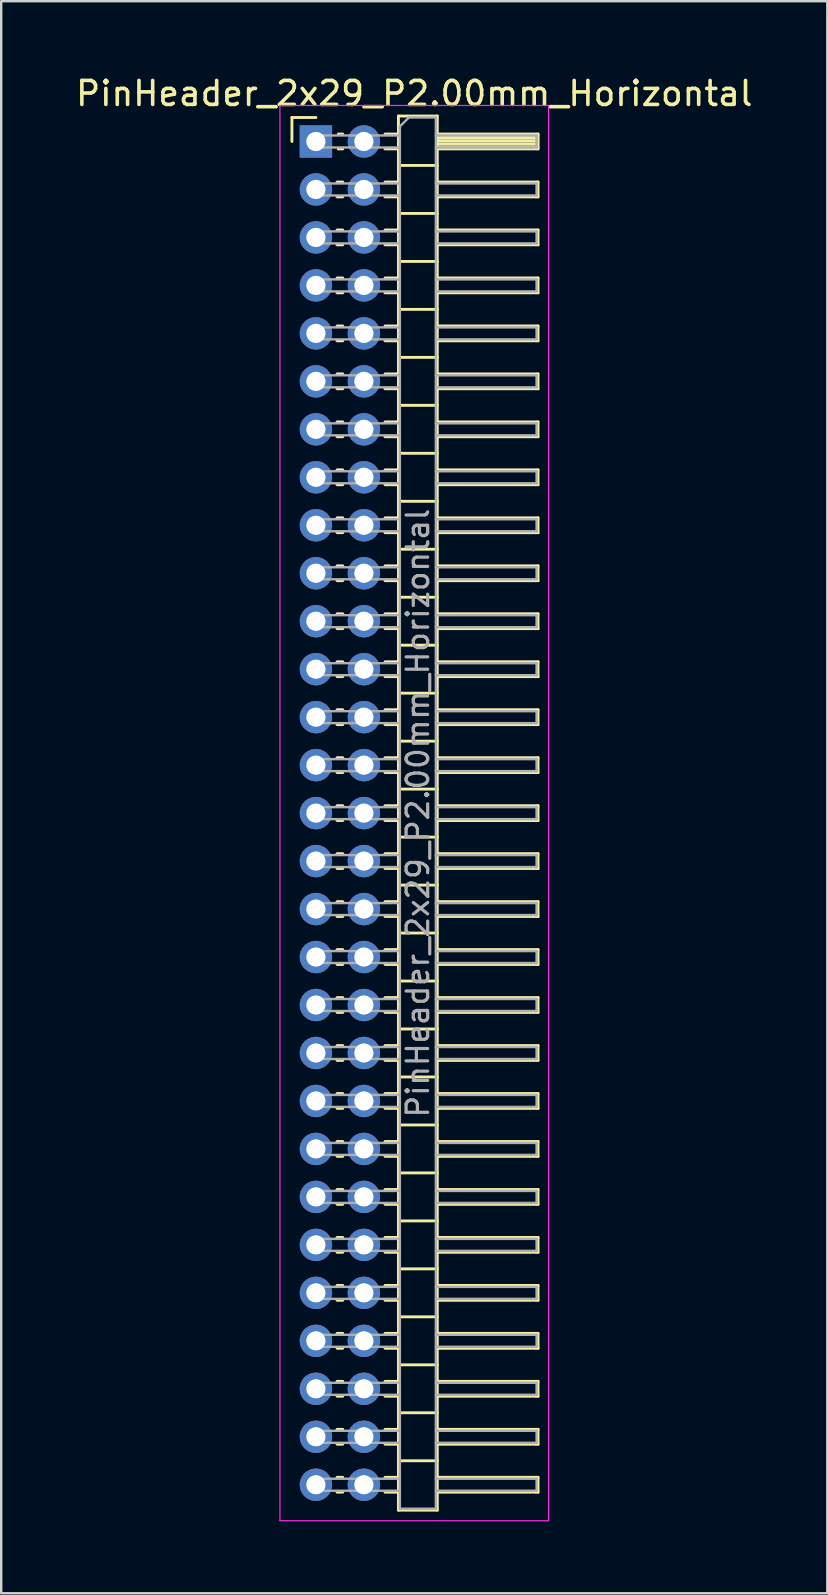
<source format=kicad_pcb>
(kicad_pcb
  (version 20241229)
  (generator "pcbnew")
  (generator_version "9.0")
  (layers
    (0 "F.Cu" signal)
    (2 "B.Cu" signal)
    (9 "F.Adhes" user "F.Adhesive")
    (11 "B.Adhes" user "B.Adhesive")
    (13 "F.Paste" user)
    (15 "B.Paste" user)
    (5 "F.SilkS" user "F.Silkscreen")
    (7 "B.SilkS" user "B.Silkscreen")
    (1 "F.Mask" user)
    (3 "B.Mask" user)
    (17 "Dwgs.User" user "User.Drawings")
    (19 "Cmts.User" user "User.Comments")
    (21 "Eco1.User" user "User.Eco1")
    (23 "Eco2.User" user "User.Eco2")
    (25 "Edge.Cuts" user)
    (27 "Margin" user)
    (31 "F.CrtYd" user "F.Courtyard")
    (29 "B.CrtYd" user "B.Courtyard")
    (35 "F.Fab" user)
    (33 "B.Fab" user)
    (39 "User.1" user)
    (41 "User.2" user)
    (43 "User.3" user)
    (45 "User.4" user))
  (footprint "PinHeader_2x29_P2.00mm_Horizontal"
    (layer "F.Cu")
    (at 10.12 2.848)
    (property "Reference" "PinHeader_2x29_P2.00mm_Horizontal" (at 4.1 -2 0) (layer "F.SilkS") (effects (font (size 1 1) (thickness 0.15))))
    (attr through_hole)
    (fp_line (start -1 -1) (end 0 -1) (stroke (width 0.12) (type solid)) (layer "F.SilkS"))
    (fp_line (start -1 0) (end -1 -1) (stroke (width 0.12) (type solid)) (layer "F.SilkS"))
    (fp_line (start 0.882 1.69) (end 1.118 1.69) (stroke (width 0.12) (type solid)) (layer "F.SilkS"))
    (fp_line (start 0.882 2.31) (end 1.118 2.31) (stroke (width 0.12) (type solid)) (layer "F.SilkS"))
    (fp_line (start 0.882 3.69) (end 1.118 3.69) (stroke (width 0.12) (type solid)) (layer "F.SilkS"))
    (fp_line (start 0.882 4.31) (end 1.118 4.31) (stroke (width 0.12) (type solid)) (layer "F.SilkS"))
    (fp_line (start 0.882 5.69) (end 1.118 5.69) (stroke (width 0.12) (type solid)) (layer "F.SilkS"))
    (fp_line (start 0.882 6.31) (end 1.118 6.31) (stroke (width 0.12) (type solid)) (layer "F.SilkS"))
    (fp_line (start 0.882 7.69) (end 1.118 7.69) (stroke (width 0.12) (type solid)) (layer "F.SilkS"))
    (fp_line (start 0.882 8.31) (end 1.118 8.31) (stroke (width 0.12) (type solid)) (layer "F.SilkS"))
    (fp_line (start 0.882 9.69) (end 1.118 9.69) (stroke (width 0.12) (type solid)) (layer "F.SilkS"))
    (fp_line (start 0.882 10.31) (end 1.118 10.31) (stroke (width 0.12) (type solid)) (layer "F.SilkS"))
    (fp_line (start 0.882 11.69) (end 1.118 11.69) (stroke (width 0.12) (type solid)) (layer "F.SilkS"))
    (fp_line (start 0.882 12.31) (end 1.118 12.31) (stroke (width 0.12) (type solid)) (layer "F.SilkS"))
    (fp_line (start 0.882 13.69) (end 1.118 13.69) (stroke (width 0.12) (type solid)) (layer "F.SilkS"))
    (fp_line (start 0.882 14.31) (end 1.118 14.31) (stroke (width 0.12) (type solid)) (layer "F.SilkS"))
    (fp_line (start 0.882 15.69) (end 1.118 15.69) (stroke (width 0.12) (type solid)) (layer "F.SilkS"))
    (fp_line (start 0.882 16.31) (end 1.118 16.31) (stroke (width 0.12) (type solid)) (layer "F.SilkS"))
    (fp_line (start 0.882 17.69) (end 1.118 17.69) (stroke (width 0.12) (type solid)) (layer "F.SilkS"))
    (fp_line (start 0.882 18.31) (end 1.118 18.31) (stroke (width 0.12) (type solid)) (layer "F.SilkS"))
    (fp_line (start 0.882 19.69) (end 1.118 19.69) (stroke (width 0.12) (type solid)) (layer "F.SilkS"))
    (fp_line (start 0.882 20.31) (end 1.118 20.31) (stroke (width 0.12) (type solid)) (layer "F.SilkS"))
    (fp_line (start 0.882 21.69) (end 1.118 21.69) (stroke (width 0.12) (type solid)) (layer "F.SilkS"))
    (fp_line (start 0.882 22.31) (end 1.118 22.31) (stroke (width 0.12) (type solid)) (layer "F.SilkS"))
    (fp_line (start 0.882 23.69) (end 1.118 23.69) (stroke (width 0.12) (type solid)) (layer "F.SilkS"))
    (fp_line (start 0.882 24.31) (end 1.118 24.31) (stroke (width 0.12) (type solid)) (layer "F.SilkS"))
    (fp_line (start 0.882 25.69) (end 1.118 25.69) (stroke (width 0.12) (type solid)) (layer "F.SilkS"))
    (fp_line (start 0.882 26.31) (end 1.118 26.31) (stroke (width 0.12) (type solid)) (layer "F.SilkS"))
    (fp_line (start 0.882 27.69) (end 1.118 27.69) (stroke (width 0.12) (type solid)) (layer "F.SilkS"))
    (fp_line (start 0.882 28.31) (end 1.118 28.31) (stroke (width 0.12) (type solid)) (layer "F.SilkS"))
    (fp_line (start 0.882 29.69) (end 1.118 29.69) (stroke (width 0.12) (type solid)) (layer "F.SilkS"))
    (fp_line (start 0.882 30.31) (end 1.118 30.31) (stroke (width 0.12) (type solid)) (layer "F.SilkS"))
    (fp_line (start 0.882 31.69) (end 1.118 31.69) (stroke (width 0.12) (type solid)) (layer "F.SilkS"))
    (fp_line (start 0.882 32.31) (end 1.118 32.31) (stroke (width 0.12) (type solid)) (layer "F.SilkS"))
    (fp_line (start 0.882 33.69) (end 1.118 33.69) (stroke (width 0.12) (type solid)) (layer "F.SilkS"))
    (fp_line (start 0.882 34.31) (end 1.118 34.31) (stroke (width 0.12) (type solid)) (layer "F.SilkS"))
    (fp_line (start 0.882 35.69) (end 1.118 35.69) (stroke (width 0.12) (type solid)) (layer "F.SilkS"))
    (fp_line (start 0.882 36.31) (end 1.118 36.31) (stroke (width 0.12) (type solid)) (layer "F.SilkS"))
    (fp_line (start 0.882 37.69) (end 1.118 37.69) (stroke (width 0.12) (type solid)) (layer "F.SilkS"))
    (fp_line (start 0.882 38.31) (end 1.118 38.31) (stroke (width 0.12) (type solid)) (layer "F.SilkS"))
    (fp_line (start 0.882 39.69) (end 1.118 39.69) (stroke (width 0.12) (type solid)) (layer "F.SilkS"))
    (fp_line (start 0.882 40.31) (end 1.118 40.31) (stroke (width 0.12) (type solid)) (layer "F.SilkS"))
    (fp_line (start 0.882 41.69) (end 1.118 41.69) (stroke (width 0.12) (type solid)) (layer "F.SilkS"))
    (fp_line (start 0.882 42.31) (end 1.118 42.31) (stroke (width 0.12) (type solid)) (layer "F.SilkS"))
    (fp_line (start 0.882 43.69) (end 1.118 43.69) (stroke (width 0.12) (type solid)) (layer "F.SilkS"))
    (fp_line (start 0.882 44.31) (end 1.118 44.31) (stroke (width 0.12) (type solid)) (layer "F.SilkS"))
    (fp_line (start 0.882 45.69) (end 1.118 45.69) (stroke (width 0.12) (type solid)) (layer "F.SilkS"))
    (fp_line (start 0.882 46.31) (end 1.118 46.31) (stroke (width 0.12) (type solid)) (layer "F.SilkS"))
    (fp_line (start 0.882 47.69) (end 1.118 47.69) (stroke (width 0.12) (type solid)) (layer "F.SilkS"))
    (fp_line (start 0.882 48.31) (end 1.118 48.31) (stroke (width 0.12) (type solid)) (layer "F.SilkS"))
    (fp_line (start 0.882 49.69) (end 1.118 49.69) (stroke (width 0.12) (type solid)) (layer "F.SilkS"))
    (fp_line (start 0.882 50.31) (end 1.118 50.31) (stroke (width 0.12) (type solid)) (layer "F.SilkS"))
    (fp_line (start 0.882 51.69) (end 1.118 51.69) (stroke (width 0.12) (type solid)) (layer "F.SilkS"))
    (fp_line (start 0.882 52.31) (end 1.118 52.31) (stroke (width 0.12) (type solid)) (layer "F.SilkS"))
    (fp_line (start 0.882 53.69) (end 1.118 53.69) (stroke (width 0.12) (type solid)) (layer "F.SilkS"))
    (fp_line (start 0.882 54.31) (end 1.118 54.31) (stroke (width 0.12) (type solid)) (layer "F.SilkS"))
    (fp_line (start 0.882 55.69) (end 1.118 55.69) (stroke (width 0.12) (type solid)) (layer "F.SilkS"))
    (fp_line (start 0.882 56.31) (end 1.118 56.31) (stroke (width 0.12) (type solid)) (layer "F.SilkS"))
    (fp_line (start 0.935 -0.31) (end 1.118 -0.31) (stroke (width 0.12) (type solid)) (layer "F.SilkS"))
    (fp_line (start 0.935 0.31) (end 1.118 0.31) (stroke (width 0.12) (type solid)) (layer "F.SilkS"))
    (fp_line (start 2.882 -0.31) (end 3.44 -0.31) (stroke (width 0.12) (type solid)) (layer "F.SilkS"))
    (fp_line (start 2.882 0.31) (end 3.44 0.31) (stroke (width 0.12) (type solid)) (layer "F.SilkS"))
    (fp_line (start 2.882 1.69) (end 3.44 1.69) (stroke (width 0.12) (type solid)) (layer "F.SilkS"))
    (fp_line (start 2.882 2.31) (end 3.44 2.31) (stroke (width 0.12) (type solid)) (layer "F.SilkS"))
    (fp_line (start 2.882 3.69) (end 3.44 3.69) (stroke (width 0.12) (type solid)) (layer "F.SilkS"))
    (fp_line (start 2.882 4.31) (end 3.44 4.31) (stroke (width 0.12) (type solid)) (layer "F.SilkS"))
    (fp_line (start 2.882 5.69) (end 3.44 5.69) (stroke (width 0.12) (type solid)) (layer "F.SilkS"))
    (fp_line (start 2.882 6.31) (end 3.44 6.31) (stroke (width 0.12) (type solid)) (layer "F.SilkS"))
    (fp_line (start 2.882 7.69) (end 3.44 7.69) (stroke (width 0.12) (type solid)) (layer "F.SilkS"))
    (fp_line (start 2.882 8.31) (end 3.44 8.31) (stroke (width 0.12) (type solid)) (layer "F.SilkS"))
    (fp_line (start 2.882 9.69) (end 3.44 9.69) (stroke (width 0.12) (type solid)) (layer "F.SilkS"))
    (fp_line (start 2.882 10.31) (end 3.44 10.31) (stroke (width 0.12) (type solid)) (layer "F.SilkS"))
    (fp_line (start 2.882 11.69) (end 3.44 11.69) (stroke (width 0.12) (type solid)) (layer "F.SilkS"))
    (fp_line (start 2.882 12.31) (end 3.44 12.31) (stroke (width 0.12) (type solid)) (layer "F.SilkS"))
    (fp_line (start 2.882 13.69) (end 3.44 13.69) (stroke (width 0.12) (type solid)) (layer "F.SilkS"))
    (fp_line (start 2.882 14.31) (end 3.44 14.31) (stroke (width 0.12) (type solid)) (layer "F.SilkS"))
    (fp_line (start 2.882 15.69) (end 3.44 15.69) (stroke (width 0.12) (type solid)) (layer "F.SilkS"))
    (fp_line (start 2.882 16.31) (end 3.44 16.31) (stroke (width 0.12) (type solid)) (layer "F.SilkS"))
    (fp_line (start 2.882 17.69) (end 3.44 17.69) (stroke (width 0.12) (type solid)) (layer "F.SilkS"))
    (fp_line (start 2.882 18.31) (end 3.44 18.31) (stroke (width 0.12) (type solid)) (layer "F.SilkS"))
    (fp_line (start 2.882 19.69) (end 3.44 19.69) (stroke (width 0.12) (type solid)) (layer "F.SilkS"))
    (fp_line (start 2.882 20.31) (end 3.44 20.31) (stroke (width 0.12) (type solid)) (layer "F.SilkS"))
    (fp_line (start 2.882 21.69) (end 3.44 21.69) (stroke (width 0.12) (type solid)) (layer "F.SilkS"))
    (fp_line (start 2.882 22.31) (end 3.44 22.31) (stroke (width 0.12) (type solid)) (layer "F.SilkS"))
    (fp_line (start 2.882 23.69) (end 3.44 23.69) (stroke (width 0.12) (type solid)) (layer "F.SilkS"))
    (fp_line (start 2.882 24.31) (end 3.44 24.31) (stroke (width 0.12) (type solid)) (layer "F.SilkS"))
    (fp_line (start 2.882 25.69) (end 3.44 25.69) (stroke (width 0.12) (type solid)) (layer "F.SilkS"))
    (fp_line (start 2.882 26.31) (end 3.44 26.31) (stroke (width 0.12) (type solid)) (layer "F.SilkS"))
    (fp_line (start 2.882 27.69) (end 3.44 27.69) (stroke (width 0.12) (type solid)) (layer "F.SilkS"))
    (fp_line (start 2.882 28.31) (end 3.44 28.31) (stroke (width 0.12) (type solid)) (layer "F.SilkS"))
    (fp_line (start 2.882 29.69) (end 3.44 29.69) (stroke (width 0.12) (type solid)) (layer "F.SilkS"))
    (fp_line (start 2.882 30.31) (end 3.44 30.31) (stroke (width 0.12) (type solid)) (layer "F.SilkS"))
    (fp_line (start 2.882 31.69) (end 3.44 31.69) (stroke (width 0.12) (type solid)) (layer "F.SilkS"))
    (fp_line (start 2.882 32.31) (end 3.44 32.31) (stroke (width 0.12) (type solid)) (layer "F.SilkS"))
    (fp_line (start 2.882 33.69) (end 3.44 33.69) (stroke (width 0.12) (type solid)) (layer "F.SilkS"))
    (fp_line (start 2.882 34.31) (end 3.44 34.31) (stroke (width 0.12) (type solid)) (layer "F.SilkS"))
    (fp_line (start 2.882 35.69) (end 3.44 35.69) (stroke (width 0.12) (type solid)) (layer "F.SilkS"))
    (fp_line (start 2.882 36.31) (end 3.44 36.31) (stroke (width 0.12) (type solid)) (layer "F.SilkS"))
    (fp_line (start 2.882 37.69) (end 3.44 37.69) (stroke (width 0.12) (type solid)) (layer "F.SilkS"))
    (fp_line (start 2.882 38.31) (end 3.44 38.31) (stroke (width 0.12) (type solid)) (layer "F.SilkS"))
    (fp_line (start 2.882 39.69) (end 3.44 39.69) (stroke (width 0.12) (type solid)) (layer "F.SilkS"))
    (fp_line (start 2.882 40.31) (end 3.44 40.31) (stroke (width 0.12) (type solid)) (layer "F.SilkS"))
    (fp_line (start 2.882 41.69) (end 3.44 41.69) (stroke (width 0.12) (type solid)) (layer "F.SilkS"))
    (fp_line (start 2.882 42.31) (end 3.44 42.31) (stroke (width 0.12) (type solid)) (layer "F.SilkS"))
    (fp_line (start 2.882 43.69) (end 3.44 43.69) (stroke (width 0.12) (type solid)) (layer "F.SilkS"))
    (fp_line (start 2.882 44.31) (end 3.44 44.31) (stroke (width 0.12) (type solid)) (layer "F.SilkS"))
    (fp_line (start 2.882 45.69) (end 3.44 45.69) (stroke (width 0.12) (type solid)) (layer "F.SilkS"))
    (fp_line (start 2.882 46.31) (end 3.44 46.31) (stroke (width 0.12) (type solid)) (layer "F.SilkS"))
    (fp_line (start 2.882 47.69) (end 3.44 47.69) (stroke (width 0.12) (type solid)) (layer "F.SilkS"))
    (fp_line (start 2.882 48.31) (end 3.44 48.31) (stroke (width 0.12) (type solid)) (layer "F.SilkS"))
    (fp_line (start 2.882 49.69) (end 3.44 49.69) (stroke (width 0.12) (type solid)) (layer "F.SilkS"))
    (fp_line (start 2.882 50.31) (end 3.44 50.31) (stroke (width 0.12) (type solid)) (layer "F.SilkS"))
    (fp_line (start 2.882 51.69) (end 3.44 51.69) (stroke (width 0.12) (type solid)) (layer "F.SilkS"))
    (fp_line (start 2.882 52.31) (end 3.44 52.31) (stroke (width 0.12) (type solid)) (layer "F.SilkS"))
    (fp_line (start 2.882 53.69) (end 3.44 53.69) (stroke (width 0.12) (type solid)) (layer "F.SilkS"))
    (fp_line (start 2.882 54.31) (end 3.44 54.31) (stroke (width 0.12) (type solid)) (layer "F.SilkS"))
    (fp_line (start 2.882 55.69) (end 3.44 55.69) (stroke (width 0.12) (type solid)) (layer "F.SilkS"))
    (fp_line (start 2.882 56.31) (end 3.44 56.31) (stroke (width 0.12) (type solid)) (layer "F.SilkS"))
    (fp_line (start 3.44 -1.06) (end 3.44 57.06) (stroke (width 0.12) (type solid)) (layer "F.SilkS"))
    (fp_line (start 3.44 1) (end 5.06 1) (stroke (width 0.12) (type solid)) (layer "F.SilkS"))
    (fp_line (start 3.44 3) (end 5.06 3) (stroke (width 0.12) (type solid)) (layer "F.SilkS"))
    (fp_line (start 3.44 5) (end 5.06 5) (stroke (width 0.12) (type solid)) (layer "F.SilkS"))
    (fp_line (start 3.44 7) (end 5.06 7) (stroke (width 0.12) (type solid)) (layer "F.SilkS"))
    (fp_line (start 3.44 9) (end 5.06 9) (stroke (width 0.12) (type solid)) (layer "F.SilkS"))
    (fp_line (start 3.44 11) (end 5.06 11) (stroke (width 0.12) (type solid)) (layer "F.SilkS"))
    (fp_line (start 3.44 13) (end 5.06 13) (stroke (width 0.12) (type solid)) (layer "F.SilkS"))
    (fp_line (start 3.44 15) (end 5.06 15) (stroke (width 0.12) (type solid)) (layer "F.SilkS"))
    (fp_line (start 3.44 17) (end 5.06 17) (stroke (width 0.12) (type solid)) (layer "F.SilkS"))
    (fp_line (start 3.44 19) (end 5.06 19) (stroke (width 0.12) (type solid)) (layer "F.SilkS"))
    (fp_line (start 3.44 21) (end 5.06 21) (stroke (width 0.12) (type solid)) (layer "F.SilkS"))
    (fp_line (start 3.44 23) (end 5.06 23) (stroke (width 0.12) (type solid)) (layer "F.SilkS"))
    (fp_line (start 3.44 25) (end 5.06 25) (stroke (width 0.12) (type solid)) (layer "F.SilkS"))
    (fp_line (start 3.44 27) (end 5.06 27) (stroke (width 0.12) (type solid)) (layer "F.SilkS"))
    (fp_line (start 3.44 29) (end 5.06 29) (stroke (width 0.12) (type solid)) (layer "F.SilkS"))
    (fp_line (start 3.44 31) (end 5.06 31) (stroke (width 0.12) (type solid)) (layer "F.SilkS"))
    (fp_line (start 3.44 33) (end 5.06 33) (stroke (width 0.12) (type solid)) (layer "F.SilkS"))
    (fp_line (start 3.44 35) (end 5.06 35) (stroke (width 0.12) (type solid)) (layer "F.SilkS"))
    (fp_line (start 3.44 37) (end 5.06 37) (stroke (width 0.12) (type solid)) (layer "F.SilkS"))
    (fp_line (start 3.44 39) (end 5.06 39) (stroke (width 0.12) (type solid)) (layer "F.SilkS"))
    (fp_line (start 3.44 41) (end 5.06 41) (stroke (width 0.12) (type solid)) (layer "F.SilkS"))
    (fp_line (start 3.44 43) (end 5.06 43) (stroke (width 0.12) (type solid)) (layer "F.SilkS"))
    (fp_line (start 3.44 45) (end 5.06 45) (stroke (width 0.12) (type solid)) (layer "F.SilkS"))
    (fp_line (start 3.44 47) (end 5.06 47) (stroke (width 0.12) (type solid)) (layer "F.SilkS"))
    (fp_line (start 3.44 49) (end 5.06 49) (stroke (width 0.12) (type solid)) (layer "F.SilkS"))
    (fp_line (start 3.44 51) (end 5.06 51) (stroke (width 0.12) (type solid)) (layer "F.SilkS"))
    (fp_line (start 3.44 53) (end 5.06 53) (stroke (width 0.12) (type solid)) (layer "F.SilkS"))
    (fp_line (start 3.44 55) (end 5.06 55) (stroke (width 0.12) (type solid)) (layer "F.SilkS"))
    (fp_line (start 3.44 57.06) (end 5.06 57.06) (stroke (width 0.12) (type solid)) (layer "F.SilkS"))
    (fp_line (start 5.06 -1.06) (end 3.44 -1.06) (stroke (width 0.12) (type solid)) (layer "F.SilkS"))
    (fp_line (start 5.06 -0.31) (end 9.26 -0.31) (stroke (width 0.12) (type solid)) (layer "F.SilkS"))
    (fp_line (start 5.06 -0.25) (end 9.26 -0.25) (stroke (width 0.12) (type solid)) (layer "F.SilkS"))
    (fp_line (start 5.06 -0.13) (end 9.26 -0.13) (stroke (width 0.12) (type solid)) (layer "F.SilkS"))
    (fp_line (start 5.06 -0.01) (end 9.26 -0.01) (stroke (width 0.12) (type solid)) (layer "F.SilkS"))
    (fp_line (start 5.06 0.11) (end 9.26 0.11) (stroke (width 0.12) (type solid)) (layer "F.SilkS"))
    (fp_line (start 5.06 0.23) (end 9.26 0.23) (stroke (width 0.12) (type solid)) (layer "F.SilkS"))
    (fp_line (start 5.06 1.69) (end 9.26 1.69) (stroke (width 0.12) (type solid)) (layer "F.SilkS"))
    (fp_line (start 5.06 3.69) (end 9.26 3.69) (stroke (width 0.12) (type solid)) (layer "F.SilkS"))
    (fp_line (start 5.06 5.69) (end 9.26 5.69) (stroke (width 0.12) (type solid)) (layer "F.SilkS"))
    (fp_line (start 5.06 7.69) (end 9.26 7.69) (stroke (width 0.12) (type solid)) (layer "F.SilkS"))
    (fp_line (start 5.06 9.69) (end 9.26 9.69) (stroke (width 0.12) (type solid)) (layer "F.SilkS"))
    (fp_line (start 5.06 11.69) (end 9.26 11.69) (stroke (width 0.12) (type solid)) (layer "F.SilkS"))
    (fp_line (start 5.06 13.69) (end 9.26 13.69) (stroke (width 0.12) (type solid)) (layer "F.SilkS"))
    (fp_line (start 5.06 15.69) (end 9.26 15.69) (stroke (width 0.12) (type solid)) (layer "F.SilkS"))
    (fp_line (start 5.06 17.69) (end 9.26 17.69) (stroke (width 0.12) (type solid)) (layer "F.SilkS"))
    (fp_line (start 5.06 19.69) (end 9.26 19.69) (stroke (width 0.12) (type solid)) (layer "F.SilkS"))
    (fp_line (start 5.06 21.69) (end 9.26 21.69) (stroke (width 0.12) (type solid)) (layer "F.SilkS"))
    (fp_line (start 5.06 23.69) (end 9.26 23.69) (stroke (width 0.12) (type solid)) (layer "F.SilkS"))
    (fp_line (start 5.06 25.69) (end 9.26 25.69) (stroke (width 0.12) (type solid)) (layer "F.SilkS"))
    (fp_line (start 5.06 27.69) (end 9.26 27.69) (stroke (width 0.12) (type solid)) (layer "F.SilkS"))
    (fp_line (start 5.06 29.69) (end 9.26 29.69) (stroke (width 0.12) (type solid)) (layer "F.SilkS"))
    (fp_line (start 5.06 31.69) (end 9.26 31.69) (stroke (width 0.12) (type solid)) (layer "F.SilkS"))
    (fp_line (start 5.06 33.69) (end 9.26 33.69) (stroke (width 0.12) (type solid)) (layer "F.SilkS"))
    (fp_line (start 5.06 35.69) (end 9.26 35.69) (stroke (width 0.12) (type solid)) (layer "F.SilkS"))
    (fp_line (start 5.06 37.69) (end 9.26 37.69) (stroke (width 0.12) (type solid)) (layer "F.SilkS"))
    (fp_line (start 5.06 39.69) (end 9.26 39.69) (stroke (width 0.12) (type solid)) (layer "F.SilkS"))
    (fp_line (start 5.06 41.69) (end 9.26 41.69) (stroke (width 0.12) (type solid)) (layer "F.SilkS"))
    (fp_line (start 5.06 43.69) (end 9.26 43.69) (stroke (width 0.12) (type solid)) (layer "F.SilkS"))
    (fp_line (start 5.06 45.69) (end 9.26 45.69) (stroke (width 0.12) (type solid)) (layer "F.SilkS"))
    (fp_line (start 5.06 47.69) (end 9.26 47.69) (stroke (width 0.12) (type solid)) (layer "F.SilkS"))
    (fp_line (start 5.06 49.69) (end 9.26 49.69) (stroke (width 0.12) (type solid)) (layer "F.SilkS"))
    (fp_line (start 5.06 51.69) (end 9.26 51.69) (stroke (width 0.12) (type solid)) (layer "F.SilkS"))
    (fp_line (start 5.06 53.69) (end 9.26 53.69) (stroke (width 0.12) (type solid)) (layer "F.SilkS"))
    (fp_line (start 5.06 55.69) (end 9.26 55.69) (stroke (width 0.12) (type solid)) (layer "F.SilkS"))
    (fp_line (start 5.06 57.06) (end 5.06 -1.06) (stroke (width 0.12) (type solid)) (layer "F.SilkS"))
    (fp_line (start 9.26 -0.31) (end 9.26 0.31) (stroke (width 0.12) (type solid)) (layer "F.SilkS"))
    (fp_line (start 9.26 0.31) (end 5.06 0.31) (stroke (width 0.12) (type solid)) (layer "F.SilkS"))
    (fp_line (start 9.26 1.69) (end 9.26 2.31) (stroke (width 0.12) (type solid)) (layer "F.SilkS"))
    (fp_line (start 9.26 2.31) (end 5.06 2.31) (stroke (width 0.12) (type solid)) (layer "F.SilkS"))
    (fp_line (start 9.26 3.69) (end 9.26 4.31) (stroke (width 0.12) (type solid)) (layer "F.SilkS"))
    (fp_line (start 9.26 4.31) (end 5.06 4.31) (stroke (width 0.12) (type solid)) (layer "F.SilkS"))
    (fp_line (start 9.26 5.69) (end 9.26 6.31) (stroke (width 0.12) (type solid)) (layer "F.SilkS"))
    (fp_line (start 9.26 6.31) (end 5.06 6.31) (stroke (width 0.12) (type solid)) (layer "F.SilkS"))
    (fp_line (start 9.26 7.69) (end 9.26 8.31) (stroke (width 0.12) (type solid)) (layer "F.SilkS"))
    (fp_line (start 9.26 8.31) (end 5.06 8.31) (stroke (width 0.12) (type solid)) (layer "F.SilkS"))
    (fp_line (start 9.26 9.69) (end 9.26 10.31) (stroke (width 0.12) (type solid)) (layer "F.SilkS"))
    (fp_line (start 9.26 10.31) (end 5.06 10.31) (stroke (width 0.12) (type solid)) (layer "F.SilkS"))
    (fp_line (start 9.26 11.69) (end 9.26 12.31) (stroke (width 0.12) (type solid)) (layer "F.SilkS"))
    (fp_line (start 9.26 12.31) (end 5.06 12.31) (stroke (width 0.12) (type solid)) (layer "F.SilkS"))
    (fp_line (start 9.26 13.69) (end 9.26 14.31) (stroke (width 0.12) (type solid)) (layer "F.SilkS"))
    (fp_line (start 9.26 14.31) (end 5.06 14.31) (stroke (width 0.12) (type solid)) (layer "F.SilkS"))
    (fp_line (start 9.26 15.69) (end 9.26 16.31) (stroke (width 0.12) (type solid)) (layer "F.SilkS"))
    (fp_line (start 9.26 16.31) (end 5.06 16.31) (stroke (width 0.12) (type solid)) (layer "F.SilkS"))
    (fp_line (start 9.26 17.69) (end 9.26 18.31) (stroke (width 0.12) (type solid)) (layer "F.SilkS"))
    (fp_line (start 9.26 18.31) (end 5.06 18.31) (stroke (width 0.12) (type solid)) (layer "F.SilkS"))
    (fp_line (start 9.26 19.69) (end 9.26 20.31) (stroke (width 0.12) (type solid)) (layer "F.SilkS"))
    (fp_line (start 9.26 20.31) (end 5.06 20.31) (stroke (width 0.12) (type solid)) (layer "F.SilkS"))
    (fp_line (start 9.26 21.69) (end 9.26 22.31) (stroke (width 0.12) (type solid)) (layer "F.SilkS"))
    (fp_line (start 9.26 22.31) (end 5.06 22.31) (stroke (width 0.12) (type solid)) (layer "F.SilkS"))
    (fp_line (start 9.26 23.69) (end 9.26 24.31) (stroke (width 0.12) (type solid)) (layer "F.SilkS"))
    (fp_line (start 9.26 24.31) (end 5.06 24.31) (stroke (width 0.12) (type solid)) (layer "F.SilkS"))
    (fp_line (start 9.26 25.69) (end 9.26 26.31) (stroke (width 0.12) (type solid)) (layer "F.SilkS"))
    (fp_line (start 9.26 26.31) (end 5.06 26.31) (stroke (width 0.12) (type solid)) (layer "F.SilkS"))
    (fp_line (start 9.26 27.69) (end 9.26 28.31) (stroke (width 0.12) (type solid)) (layer "F.SilkS"))
    (fp_line (start 9.26 28.31) (end 5.06 28.31) (stroke (width 0.12) (type solid)) (layer "F.SilkS"))
    (fp_line (start 9.26 29.69) (end 9.26 30.31) (stroke (width 0.12) (type solid)) (layer "F.SilkS"))
    (fp_line (start 9.26 30.31) (end 5.06 30.31) (stroke (width 0.12) (type solid)) (layer "F.SilkS"))
    (fp_line (start 9.26 31.69) (end 9.26 32.31) (stroke (width 0.12) (type solid)) (layer "F.SilkS"))
    (fp_line (start 9.26 32.31) (end 5.06 32.31) (stroke (width 0.12) (type solid)) (layer "F.SilkS"))
    (fp_line (start 9.26 33.69) (end 9.26 34.31) (stroke (width 0.12) (type solid)) (layer "F.SilkS"))
    (fp_line (start 9.26 34.31) (end 5.06 34.31) (stroke (width 0.12) (type solid)) (layer "F.SilkS"))
    (fp_line (start 9.26 35.69) (end 9.26 36.31) (stroke (width 0.12) (type solid)) (layer "F.SilkS"))
    (fp_line (start 9.26 36.31) (end 5.06 36.31) (stroke (width 0.12) (type solid)) (layer "F.SilkS"))
    (fp_line (start 9.26 37.69) (end 9.26 38.31) (stroke (width 0.12) (type solid)) (layer "F.SilkS"))
    (fp_line (start 9.26 38.31) (end 5.06 38.31) (stroke (width 0.12) (type solid)) (layer "F.SilkS"))
    (fp_line (start 9.26 39.69) (end 9.26 40.31) (stroke (width 0.12) (type solid)) (layer "F.SilkS"))
    (fp_line (start 9.26 40.31) (end 5.06 40.31) (stroke (width 0.12) (type solid)) (layer "F.SilkS"))
    (fp_line (start 9.26 41.69) (end 9.26 42.31) (stroke (width 0.12) (type solid)) (layer "F.SilkS"))
    (fp_line (start 9.26 42.31) (end 5.06 42.31) (stroke (width 0.12) (type solid)) (layer "F.SilkS"))
    (fp_line (start 9.26 43.69) (end 9.26 44.31) (stroke (width 0.12) (type solid)) (layer "F.SilkS"))
    (fp_line (start 9.26 44.31) (end 5.06 44.31) (stroke (width 0.12) (type solid)) (layer "F.SilkS"))
    (fp_line (start 9.26 45.69) (end 9.26 46.31) (stroke (width 0.12) (type solid)) (layer "F.SilkS"))
    (fp_line (start 9.26 46.31) (end 5.06 46.31) (stroke (width 0.12) (type solid)) (layer "F.SilkS"))
    (fp_line (start 9.26 47.69) (end 9.26 48.31) (stroke (width 0.12) (type solid)) (layer "F.SilkS"))
    (fp_line (start 9.26 48.31) (end 5.06 48.31) (stroke (width 0.12) (type solid)) (layer "F.SilkS"))
    (fp_line (start 9.26 49.69) (end 9.26 50.31) (stroke (width 0.12) (type solid)) (layer "F.SilkS"))
    (fp_line (start 9.26 50.31) (end 5.06 50.31) (stroke (width 0.12) (type solid)) (layer "F.SilkS"))
    (fp_line (start 9.26 51.69) (end 9.26 52.31) (stroke (width 0.12) (type solid)) (layer "F.SilkS"))
    (fp_line (start 9.26 52.31) (end 5.06 52.31) (stroke (width 0.12) (type solid)) (layer "F.SilkS"))
    (fp_line (start 9.26 53.69) (end 9.26 54.31) (stroke (width 0.12) (type solid)) (layer "F.SilkS"))
    (fp_line (start 9.26 54.31) (end 5.06 54.31) (stroke (width 0.12) (type solid)) (layer "F.SilkS"))
    (fp_line (start 9.26 55.69) (end 9.26 56.31) (stroke (width 0.12) (type solid)) (layer "F.SilkS"))
    (fp_line (start 9.26 56.31) (end 5.06 56.31) (stroke (width 0.12) (type solid)) (layer "F.SilkS"))
    (fp_line (start -1.5 -1.5) (end -1.5 57.5) (stroke (width 0.05) (type solid)) (layer "F.CrtYd"))
    (fp_line (start -1.5 57.5) (end 9.7 57.5) (stroke (width 0.05) (type solid)) (layer "F.CrtYd"))
    (fp_line (start 9.7 -1.5) (end -1.5 -1.5) (stroke (width 0.05) (type solid)) (layer "F.CrtYd"))
    (fp_line (start 9.7 57.5) (end 9.7 -1.5) (stroke (width 0.05) (type solid)) (layer "F.CrtYd"))
    (fp_line (start -0.25 -0.25) (end -0.25 0.25) (stroke (width 0.1) (type solid)) (layer "F.Fab"))
    (fp_line (start -0.25 -0.25) (end 3.5 -0.25) (stroke (width 0.1) (type solid)) (layer "F.Fab"))
    (fp_line (start -0.25 0.25) (end 3.5 0.25) (stroke (width 0.1) (type solid)) (layer "F.Fab"))
    (fp_line (start -0.25 1.75) (end -0.25 2.25) (stroke (width 0.1) (type solid)) (layer "F.Fab"))
    (fp_line (start -0.25 1.75) (end 3.5 1.75) (stroke (width 0.1) (type solid)) (layer "F.Fab"))
    (fp_line (start -0.25 2.25) (end 3.5 2.25) (stroke (width 0.1) (type solid)) (layer "F.Fab"))
    (fp_line (start -0.25 3.75) (end -0.25 4.25) (stroke (width 0.1) (type solid)) (layer "F.Fab"))
    (fp_line (start -0.25 3.75) (end 3.5 3.75) (stroke (width 0.1) (type solid)) (layer "F.Fab"))
    (fp_line (start -0.25 4.25) (end 3.5 4.25) (stroke (width 0.1) (type solid)) (layer "F.Fab"))
    (fp_line (start -0.25 5.75) (end -0.25 6.25) (stroke (width 0.1) (type solid)) (layer "F.Fab"))
    (fp_line (start -0.25 5.75) (end 3.5 5.75) (stroke (width 0.1) (type solid)) (layer "F.Fab"))
    (fp_line (start -0.25 6.25) (end 3.5 6.25) (stroke (width 0.1) (type solid)) (layer "F.Fab"))
    (fp_line (start -0.25 7.75) (end -0.25 8.25) (stroke (width 0.1) (type solid)) (layer "F.Fab"))
    (fp_line (start -0.25 7.75) (end 3.5 7.75) (stroke (width 0.1) (type solid)) (layer "F.Fab"))
    (fp_line (start -0.25 8.25) (end 3.5 8.25) (stroke (width 0.1) (type solid)) (layer "F.Fab"))
    (fp_line (start -0.25 9.75) (end -0.25 10.25) (stroke (width 0.1) (type solid)) (layer "F.Fab"))
    (fp_line (start -0.25 9.75) (end 3.5 9.75) (stroke (width 0.1) (type solid)) (layer "F.Fab"))
    (fp_line (start -0.25 10.25) (end 3.5 10.25) (stroke (width 0.1) (type solid)) (layer "F.Fab"))
    (fp_line (start -0.25 11.75) (end -0.25 12.25) (stroke (width 0.1) (type solid)) (layer "F.Fab"))
    (fp_line (start -0.25 11.75) (end 3.5 11.75) (stroke (width 0.1) (type solid)) (layer "F.Fab"))
    (fp_line (start -0.25 12.25) (end 3.5 12.25) (stroke (width 0.1) (type solid)) (layer "F.Fab"))
    (fp_line (start -0.25 13.75) (end -0.25 14.25) (stroke (width 0.1) (type solid)) (layer "F.Fab"))
    (fp_line (start -0.25 13.75) (end 3.5 13.75) (stroke (width 0.1) (type solid)) (layer "F.Fab"))
    (fp_line (start -0.25 14.25) (end 3.5 14.25) (stroke (width 0.1) (type solid)) (layer "F.Fab"))
    (fp_line (start -0.25 15.75) (end -0.25 16.25) (stroke (width 0.1) (type solid)) (layer "F.Fab"))
    (fp_line (start -0.25 15.75) (end 3.5 15.75) (stroke (width 0.1) (type solid)) (layer "F.Fab"))
    (fp_line (start -0.25 16.25) (end 3.5 16.25) (stroke (width 0.1) (type solid)) (layer "F.Fab"))
    (fp_line (start -0.25 17.75) (end -0.25 18.25) (stroke (width 0.1) (type solid)) (layer "F.Fab"))
    (fp_line (start -0.25 17.75) (end 3.5 17.75) (stroke (width 0.1) (type solid)) (layer "F.Fab"))
    (fp_line (start -0.25 18.25) (end 3.5 18.25) (stroke (width 0.1) (type solid)) (layer "F.Fab"))
    (fp_line (start -0.25 19.75) (end -0.25 20.25) (stroke (width 0.1) (type solid)) (layer "F.Fab"))
    (fp_line (start -0.25 19.75) (end 3.5 19.75) (stroke (width 0.1) (type solid)) (layer "F.Fab"))
    (fp_line (start -0.25 20.25) (end 3.5 20.25) (stroke (width 0.1) (type solid)) (layer "F.Fab"))
    (fp_line (start -0.25 21.75) (end -0.25 22.25) (stroke (width 0.1) (type solid)) (layer "F.Fab"))
    (fp_line (start -0.25 21.75) (end 3.5 21.75) (stroke (width 0.1) (type solid)) (layer "F.Fab"))
    (fp_line (start -0.25 22.25) (end 3.5 22.25) (stroke (width 0.1) (type solid)) (layer "F.Fab"))
    (fp_line (start -0.25 23.75) (end -0.25 24.25) (stroke (width 0.1) (type solid)) (layer "F.Fab"))
    (fp_line (start -0.25 23.75) (end 3.5 23.75) (stroke (width 0.1) (type solid)) (layer "F.Fab"))
    (fp_line (start -0.25 24.25) (end 3.5 24.25) (stroke (width 0.1) (type solid)) (layer "F.Fab"))
    (fp_line (start -0.25 25.75) (end -0.25 26.25) (stroke (width 0.1) (type solid)) (layer "F.Fab"))
    (fp_line (start -0.25 25.75) (end 3.5 25.75) (stroke (width 0.1) (type solid)) (layer "F.Fab"))
    (fp_line (start -0.25 26.25) (end 3.5 26.25) (stroke (width 0.1) (type solid)) (layer "F.Fab"))
    (fp_line (start -0.25 27.75) (end -0.25 28.25) (stroke (width 0.1) (type solid)) (layer "F.Fab"))
    (fp_line (start -0.25 27.75) (end 3.5 27.75) (stroke (width 0.1) (type solid)) (layer "F.Fab"))
    (fp_line (start -0.25 28.25) (end 3.5 28.25) (stroke (width 0.1) (type solid)) (layer "F.Fab"))
    (fp_line (start -0.25 29.75) (end -0.25 30.25) (stroke (width 0.1) (type solid)) (layer "F.Fab"))
    (fp_line (start -0.25 29.75) (end 3.5 29.75) (stroke (width 0.1) (type solid)) (layer "F.Fab"))
    (fp_line (start -0.25 30.25) (end 3.5 30.25) (stroke (width 0.1) (type solid)) (layer "F.Fab"))
    (fp_line (start -0.25 31.75) (end -0.25 32.25) (stroke (width 0.1) (type solid)) (layer "F.Fab"))
    (fp_line (start -0.25 31.75) (end 3.5 31.75) (stroke (width 0.1) (type solid)) (layer "F.Fab"))
    (fp_line (start -0.25 32.25) (end 3.5 32.25) (stroke (width 0.1) (type solid)) (layer "F.Fab"))
    (fp_line (start -0.25 33.75) (end -0.25 34.25) (stroke (width 0.1) (type solid)) (layer "F.Fab"))
    (fp_line (start -0.25 33.75) (end 3.5 33.75) (stroke (width 0.1) (type solid)) (layer "F.Fab"))
    (fp_line (start -0.25 34.25) (end 3.5 34.25) (stroke (width 0.1) (type solid)) (layer "F.Fab"))
    (fp_line (start -0.25 35.75) (end -0.25 36.25) (stroke (width 0.1) (type solid)) (layer "F.Fab"))
    (fp_line (start -0.25 35.75) (end 3.5 35.75) (stroke (width 0.1) (type solid)) (layer "F.Fab"))
    (fp_line (start -0.25 36.25) (end 3.5 36.25) (stroke (width 0.1) (type solid)) (layer "F.Fab"))
    (fp_line (start -0.25 37.75) (end -0.25 38.25) (stroke (width 0.1) (type solid)) (layer "F.Fab"))
    (fp_line (start -0.25 37.75) (end 3.5 37.75) (stroke (width 0.1) (type solid)) (layer "F.Fab"))
    (fp_line (start -0.25 38.25) (end 3.5 38.25) (stroke (width 0.1) (type solid)) (layer "F.Fab"))
    (fp_line (start -0.25 39.75) (end -0.25 40.25) (stroke (width 0.1) (type solid)) (layer "F.Fab"))
    (fp_line (start -0.25 39.75) (end 3.5 39.75) (stroke (width 0.1) (type solid)) (layer "F.Fab"))
    (fp_line (start -0.25 40.25) (end 3.5 40.25) (stroke (width 0.1) (type solid)) (layer "F.Fab"))
    (fp_line (start -0.25 41.75) (end -0.25 42.25) (stroke (width 0.1) (type solid)) (layer "F.Fab"))
    (fp_line (start -0.25 41.75) (end 3.5 41.75) (stroke (width 0.1) (type solid)) (layer "F.Fab"))
    (fp_line (start -0.25 42.25) (end 3.5 42.25) (stroke (width 0.1) (type solid)) (layer "F.Fab"))
    (fp_line (start -0.25 43.75) (end -0.25 44.25) (stroke (width 0.1) (type solid)) (layer "F.Fab"))
    (fp_line (start -0.25 43.75) (end 3.5 43.75) (stroke (width 0.1) (type solid)) (layer "F.Fab"))
    (fp_line (start -0.25 44.25) (end 3.5 44.25) (stroke (width 0.1) (type solid)) (layer "F.Fab"))
    (fp_line (start -0.25 45.75) (end -0.25 46.25) (stroke (width 0.1) (type solid)) (layer "F.Fab"))
    (fp_line (start -0.25 45.75) (end 3.5 45.75) (stroke (width 0.1) (type solid)) (layer "F.Fab"))
    (fp_line (start -0.25 46.25) (end 3.5 46.25) (stroke (width 0.1) (type solid)) (layer "F.Fab"))
    (fp_line (start -0.25 47.75) (end -0.25 48.25) (stroke (width 0.1) (type solid)) (layer "F.Fab"))
    (fp_line (start -0.25 47.75) (end 3.5 47.75) (stroke (width 0.1) (type solid)) (layer "F.Fab"))
    (fp_line (start -0.25 48.25) (end 3.5 48.25) (stroke (width 0.1) (type solid)) (layer "F.Fab"))
    (fp_line (start -0.25 49.75) (end -0.25 50.25) (stroke (width 0.1) (type solid)) (layer "F.Fab"))
    (fp_line (start -0.25 49.75) (end 3.5 49.75) (stroke (width 0.1) (type solid)) (layer "F.Fab"))
    (fp_line (start -0.25 50.25) (end 3.5 50.25) (stroke (width 0.1) (type solid)) (layer "F.Fab"))
    (fp_line (start -0.25 51.75) (end -0.25 52.25) (stroke (width 0.1) (type solid)) (layer "F.Fab"))
    (fp_line (start -0.25 51.75) (end 3.5 51.75) (stroke (width 0.1) (type solid)) (layer "F.Fab"))
    (fp_line (start -0.25 52.25) (end 3.5 52.25) (stroke (width 0.1) (type solid)) (layer "F.Fab"))
    (fp_line (start -0.25 53.75) (end -0.25 54.25) (stroke (width 0.1) (type solid)) (layer "F.Fab"))
    (fp_line (start -0.25 53.75) (end 3.5 53.75) (stroke (width 0.1) (type solid)) (layer "F.Fab"))
    (fp_line (start -0.25 54.25) (end 3.5 54.25) (stroke (width 0.1) (type solid)) (layer "F.Fab"))
    (fp_line (start -0.25 55.75) (end -0.25 56.25) (stroke (width 0.1) (type solid)) (layer "F.Fab"))
    (fp_line (start -0.25 55.75) (end 3.5 55.75) (stroke (width 0.1) (type solid)) (layer "F.Fab"))
    (fp_line (start -0.25 56.25) (end 3.5 56.25) (stroke (width 0.1) (type solid)) (layer "F.Fab"))
    (fp_line (start 3.5 -0.625) (end 3.875 -1) (stroke (width 0.1) (type solid)) (layer "F.Fab"))
    (fp_line (start 3.5 57) (end 3.5 -0.625) (stroke (width 0.1) (type solid)) (layer "F.Fab"))
    (fp_line (start 3.875 -1) (end 5 -1) (stroke (width 0.1) (type solid)) (layer "F.Fab"))
    (fp_line (start 5 -1) (end 5 57) (stroke (width 0.1) (type solid)) (layer "F.Fab"))
    (fp_line (start 5 -0.25) (end 9.2 -0.25) (stroke (width 0.1) (type solid)) (layer "F.Fab"))
    (fp_line (start 5 0.25) (end 9.2 0.25) (stroke (width 0.1) (type solid)) (layer "F.Fab"))
    (fp_line (start 5 1.75) (end 9.2 1.75) (stroke (width 0.1) (type solid)) (layer "F.Fab"))
    (fp_line (start 5 2.25) (end 9.2 2.25) (stroke (width 0.1) (type solid)) (layer "F.Fab"))
    (fp_line (start 5 3.75) (end 9.2 3.75) (stroke (width 0.1) (type solid)) (layer "F.Fab"))
    (fp_line (start 5 4.25) (end 9.2 4.25) (stroke (width 0.1) (type solid)) (layer "F.Fab"))
    (fp_line (start 5 5.75) (end 9.2 5.75) (stroke (width 0.1) (type solid)) (layer "F.Fab"))
    (fp_line (start 5 6.25) (end 9.2 6.25) (stroke (width 0.1) (type solid)) (layer "F.Fab"))
    (fp_line (start 5 7.75) (end 9.2 7.75) (stroke (width 0.1) (type solid)) (layer "F.Fab"))
    (fp_line (start 5 8.25) (end 9.2 8.25) (stroke (width 0.1) (type solid)) (layer "F.Fab"))
    (fp_line (start 5 9.75) (end 9.2 9.75) (stroke (width 0.1) (type solid)) (layer "F.Fab"))
    (fp_line (start 5 10.25) (end 9.2 10.25) (stroke (width 0.1) (type solid)) (layer "F.Fab"))
    (fp_line (start 5 11.75) (end 9.2 11.75) (stroke (width 0.1) (type solid)) (layer "F.Fab"))
    (fp_line (start 5 12.25) (end 9.2 12.25) (stroke (width 0.1) (type solid)) (layer "F.Fab"))
    (fp_line (start 5 13.75) (end 9.2 13.75) (stroke (width 0.1) (type solid)) (layer "F.Fab"))
    (fp_line (start 5 14.25) (end 9.2 14.25) (stroke (width 0.1) (type solid)) (layer "F.Fab"))
    (fp_line (start 5 15.75) (end 9.2 15.75) (stroke (width 0.1) (type solid)) (layer "F.Fab"))
    (fp_line (start 5 16.25) (end 9.2 16.25) (stroke (width 0.1) (type solid)) (layer "F.Fab"))
    (fp_line (start 5 17.75) (end 9.2 17.75) (stroke (width 0.1) (type solid)) (layer "F.Fab"))
    (fp_line (start 5 18.25) (end 9.2 18.25) (stroke (width 0.1) (type solid)) (layer "F.Fab"))
    (fp_line (start 5 19.75) (end 9.2 19.75) (stroke (width 0.1) (type solid)) (layer "F.Fab"))
    (fp_line (start 5 20.25) (end 9.2 20.25) (stroke (width 0.1) (type solid)) (layer "F.Fab"))
    (fp_line (start 5 21.75) (end 9.2 21.75) (stroke (width 0.1) (type solid)) (layer "F.Fab"))
    (fp_line (start 5 22.25) (end 9.2 22.25) (stroke (width 0.1) (type solid)) (layer "F.Fab"))
    (fp_line (start 5 23.75) (end 9.2 23.75) (stroke (width 0.1) (type solid)) (layer "F.Fab"))
    (fp_line (start 5 24.25) (end 9.2 24.25) (stroke (width 0.1) (type solid)) (layer "F.Fab"))
    (fp_line (start 5 25.75) (end 9.2 25.75) (stroke (width 0.1) (type solid)) (layer "F.Fab"))
    (fp_line (start 5 26.25) (end 9.2 26.25) (stroke (width 0.1) (type solid)) (layer "F.Fab"))
    (fp_line (start 5 27.75) (end 9.2 27.75) (stroke (width 0.1) (type solid)) (layer "F.Fab"))
    (fp_line (start 5 28.25) (end 9.2 28.25) (stroke (width 0.1) (type solid)) (layer "F.Fab"))
    (fp_line (start 5 29.75) (end 9.2 29.75) (stroke (width 0.1) (type solid)) (layer "F.Fab"))
    (fp_line (start 5 30.25) (end 9.2 30.25) (stroke (width 0.1) (type solid)) (layer "F.Fab"))
    (fp_line (start 5 31.75) (end 9.2 31.75) (stroke (width 0.1) (type solid)) (layer "F.Fab"))
    (fp_line (start 5 32.25) (end 9.2 32.25) (stroke (width 0.1) (type solid)) (layer "F.Fab"))
    (fp_line (start 5 33.75) (end 9.2 33.75) (stroke (width 0.1) (type solid)) (layer "F.Fab"))
    (fp_line (start 5 34.25) (end 9.2 34.25) (stroke (width 0.1) (type solid)) (layer "F.Fab"))
    (fp_line (start 5 35.75) (end 9.2 35.75) (stroke (width 0.1) (type solid)) (layer "F.Fab"))
    (fp_line (start 5 36.25) (end 9.2 36.25) (stroke (width 0.1) (type solid)) (layer "F.Fab"))
    (fp_line (start 5 37.75) (end 9.2 37.75) (stroke (width 0.1) (type solid)) (layer "F.Fab"))
    (fp_line (start 5 38.25) (end 9.2 38.25) (stroke (width 0.1) (type solid)) (layer "F.Fab"))
    (fp_line (start 5 39.75) (end 9.2 39.75) (stroke (width 0.1) (type solid)) (layer "F.Fab"))
    (fp_line (start 5 40.25) (end 9.2 40.25) (stroke (width 0.1) (type solid)) (layer "F.Fab"))
    (fp_line (start 5 41.75) (end 9.2 41.75) (stroke (width 0.1) (type solid)) (layer "F.Fab"))
    (fp_line (start 5 42.25) (end 9.2 42.25) (stroke (width 0.1) (type solid)) (layer "F.Fab"))
    (fp_line (start 5 43.75) (end 9.2 43.75) (stroke (width 0.1) (type solid)) (layer "F.Fab"))
    (fp_line (start 5 44.25) (end 9.2 44.25) (stroke (width 0.1) (type solid)) (layer "F.Fab"))
    (fp_line (start 5 45.75) (end 9.2 45.75) (stroke (width 0.1) (type solid)) (layer "F.Fab"))
    (fp_line (start 5 46.25) (end 9.2 46.25) (stroke (width 0.1) (type solid)) (layer "F.Fab"))
    (fp_line (start 5 47.75) (end 9.2 47.75) (stroke (width 0.1) (type solid)) (layer "F.Fab"))
    (fp_line (start 5 48.25) (end 9.2 48.25) (stroke (width 0.1) (type solid)) (layer "F.Fab"))
    (fp_line (start 5 49.75) (end 9.2 49.75) (stroke (width 0.1) (type solid)) (layer "F.Fab"))
    (fp_line (start 5 50.25) (end 9.2 50.25) (stroke (width 0.1) (type solid)) (layer "F.Fab"))
    (fp_line (start 5 51.75) (end 9.2 51.75) (stroke (width 0.1) (type solid)) (layer "F.Fab"))
    (fp_line (start 5 52.25) (end 9.2 52.25) (stroke (width 0.1) (type solid)) (layer "F.Fab"))
    (fp_line (start 5 53.75) (end 9.2 53.75) (stroke (width 0.1) (type solid)) (layer "F.Fab"))
    (fp_line (start 5 54.25) (end 9.2 54.25) (stroke (width 0.1) (type solid)) (layer "F.Fab"))
    (fp_line (start 5 55.75) (end 9.2 55.75) (stroke (width 0.1) (type solid)) (layer "F.Fab"))
    (fp_line (start 5 56.25) (end 9.2 56.25) (stroke (width 0.1) (type solid)) (layer "F.Fab"))
    (fp_line (start 5 57) (end 3.5 57) (stroke (width 0.1) (type solid)) (layer "F.Fab"))
    (fp_line (start 9.2 -0.25) (end 9.2 0.25) (stroke (width 0.1) (type solid)) (layer "F.Fab"))
    (fp_line (start 9.2 1.75) (end 9.2 2.25) (stroke (width 0.1) (type solid)) (layer "F.Fab"))
    (fp_line (start 9.2 3.75) (end 9.2 4.25) (stroke (width 0.1) (type solid)) (layer "F.Fab"))
    (fp_line (start 9.2 5.75) (end 9.2 6.25) (stroke (width 0.1) (type solid)) (layer "F.Fab"))
    (fp_line (start 9.2 7.75) (end 9.2 8.25) (stroke (width 0.1) (type solid)) (layer "F.Fab"))
    (fp_line (start 9.2 9.75) (end 9.2 10.25) (stroke (width 0.1) (type solid)) (layer "F.Fab"))
    (fp_line (start 9.2 11.75) (end 9.2 12.25) (stroke (width 0.1) (type solid)) (layer "F.Fab"))
    (fp_line (start 9.2 13.75) (end 9.2 14.25) (stroke (width 0.1) (type solid)) (layer "F.Fab"))
    (fp_line (start 9.2 15.75) (end 9.2 16.25) (stroke (width 0.1) (type solid)) (layer "F.Fab"))
    (fp_line (start 9.2 17.75) (end 9.2 18.25) (stroke (width 0.1) (type solid)) (layer "F.Fab"))
    (fp_line (start 9.2 19.75) (end 9.2 20.25) (stroke (width 0.1) (type solid)) (layer "F.Fab"))
    (fp_line (start 9.2 21.75) (end 9.2 22.25) (stroke (width 0.1) (type solid)) (layer "F.Fab"))
    (fp_line (start 9.2 23.75) (end 9.2 24.25) (stroke (width 0.1) (type solid)) (layer "F.Fab"))
    (fp_line (start 9.2 25.75) (end 9.2 26.25) (stroke (width 0.1) (type solid)) (layer "F.Fab"))
    (fp_line (start 9.2 27.75) (end 9.2 28.25) (stroke (width 0.1) (type solid)) (layer "F.Fab"))
    (fp_line (start 9.2 29.75) (end 9.2 30.25) (stroke (width 0.1) (type solid)) (layer "F.Fab"))
    (fp_line (start 9.2 31.75) (end 9.2 32.25) (stroke (width 0.1) (type solid)) (layer "F.Fab"))
    (fp_line (start 9.2 33.75) (end 9.2 34.25) (stroke (width 0.1) (type solid)) (layer "F.Fab"))
    (fp_line (start 9.2 35.75) (end 9.2 36.25) (stroke (width 0.1) (type solid)) (layer "F.Fab"))
    (fp_line (start 9.2 37.75) (end 9.2 38.25) (stroke (width 0.1) (type solid)) (layer "F.Fab"))
    (fp_line (start 9.2 39.75) (end 9.2 40.25) (stroke (width 0.1) (type solid)) (layer "F.Fab"))
    (fp_line (start 9.2 41.75) (end 9.2 42.25) (stroke (width 0.1) (type solid)) (layer "F.Fab"))
    (fp_line (start 9.2 43.75) (end 9.2 44.25) (stroke (width 0.1) (type solid)) (layer "F.Fab"))
    (fp_line (start 9.2 45.75) (end 9.2 46.25) (stroke (width 0.1) (type solid)) (layer "F.Fab"))
    (fp_line (start 9.2 47.75) (end 9.2 48.25) (stroke (width 0.1) (type solid)) (layer "F.Fab"))
    (fp_line (start 9.2 49.75) (end 9.2 50.25) (stroke (width 0.1) (type solid)) (layer "F.Fab"))
    (fp_line (start 9.2 51.75) (end 9.2 52.25) (stroke (width 0.1) (type solid)) (layer "F.Fab"))
    (fp_line (start 9.2 53.75) (end 9.2 54.25) (stroke (width 0.1) (type solid)) (layer "F.Fab"))
    (fp_line (start 9.2 55.75) (end 9.2 56.25) (stroke (width 0.1) (type solid)) (layer "F.Fab"))
    (fp_text user "${REFERENCE}" (at 4.25 28 90) (layer "F.Fab") (effects (font (size 0.9 0.9) (thickness 0.135))))
    (pad "1" thru_hole rect (at 0 0) (size 1.35 1.35) (drill 0.8) (layers "*.Cu" "*.Mask"))
    (pad "2" thru_hole oval (at 2 0) (size 1.35 1.35) (drill 0.8) (layers "*.Cu" "*.Mask"))
    (pad "3" thru_hole oval (at 0 2) (size 1.35 1.35) (drill 0.8) (layers "*.Cu" "*.Mask"))
    (pad "4" thru_hole oval (at 2 2) (size 1.35 1.35) (drill 0.8) (layers "*.Cu" "*.Mask"))
    (pad "5" thru_hole oval (at 0 4) (size 1.35 1.35) (drill 0.8) (layers "*.Cu" "*.Mask"))
    (pad "6" thru_hole oval (at 2 4) (size 1.35 1.35) (drill 0.8) (layers "*.Cu" "*.Mask"))
    (pad "7" thru_hole oval (at 0 6) (size 1.35 1.35) (drill 0.8) (layers "*.Cu" "*.Mask"))
    (pad "8" thru_hole oval (at 2 6) (size 1.35 1.35) (drill 0.8) (layers "*.Cu" "*.Mask"))
    (pad "9" thru_hole oval (at 0 8) (size 1.35 1.35) (drill 0.8) (layers "*.Cu" "*.Mask"))
    (pad "10" thru_hole oval (at 2 8) (size 1.35 1.35) (drill 0.8) (layers "*.Cu" "*.Mask"))
    (pad "11" thru_hole oval (at 0 10) (size 1.35 1.35) (drill 0.8) (layers "*.Cu" "*.Mask"))
    (pad "12" thru_hole oval (at 2 10) (size 1.35 1.35) (drill 0.8) (layers "*.Cu" "*.Mask"))
    (pad "13" thru_hole oval (at 0 12) (size 1.35 1.35) (drill 0.8) (layers "*.Cu" "*.Mask"))
    (pad "14" thru_hole oval (at 2 12) (size 1.35 1.35) (drill 0.8) (layers "*.Cu" "*.Mask"))
    (pad "15" thru_hole oval (at 0 14) (size 1.35 1.35) (drill 0.8) (layers "*.Cu" "*.Mask"))
    (pad "16" thru_hole oval (at 2 14) (size 1.35 1.35) (drill 0.8) (layers "*.Cu" "*.Mask"))
    (pad "17" thru_hole oval (at 0 16) (size 1.35 1.35) (drill 0.8) (layers "*.Cu" "*.Mask"))
    (pad "18" thru_hole oval (at 2 16) (size 1.35 1.35) (drill 0.8) (layers "*.Cu" "*.Mask"))
    (pad "19" thru_hole oval (at 0 18) (size 1.35 1.35) (drill 0.8) (layers "*.Cu" "*.Mask"))
    (pad "20" thru_hole oval (at 2 18) (size 1.35 1.35) (drill 0.8) (layers "*.Cu" "*.Mask"))
    (pad "21" thru_hole oval (at 0 20) (size 1.35 1.35) (drill 0.8) (layers "*.Cu" "*.Mask"))
    (pad "22" thru_hole oval (at 2 20) (size 1.35 1.35) (drill 0.8) (layers "*.Cu" "*.Mask"))
    (pad "23" thru_hole oval (at 0 22) (size 1.35 1.35) (drill 0.8) (layers "*.Cu" "*.Mask"))
    (pad "24" thru_hole oval (at 2 22) (size 1.35 1.35) (drill 0.8) (layers "*.Cu" "*.Mask"))
    (pad "25" thru_hole oval (at 0 24) (size 1.35 1.35) (drill 0.8) (layers "*.Cu" "*.Mask"))
    (pad "26" thru_hole oval (at 2 24) (size 1.35 1.35) (drill 0.8) (layers "*.Cu" "*.Mask"))
    (pad "27" thru_hole oval (at 0 26) (size 1.35 1.35) (drill 0.8) (layers "*.Cu" "*.Mask"))
    (pad "28" thru_hole oval (at 2 26) (size 1.35 1.35) (drill 0.8) (layers "*.Cu" "*.Mask"))
    (pad "29" thru_hole oval (at 0 28) (size 1.35 1.35) (drill 0.8) (layers "*.Cu" "*.Mask"))
    (pad "30" thru_hole oval (at 2 28) (size 1.35 1.35) (drill 0.8) (layers "*.Cu" "*.Mask"))
    (pad "31" thru_hole oval (at 0 30) (size 1.35 1.35) (drill 0.8) (layers "*.Cu" "*.Mask"))
    (pad "32" thru_hole oval (at 2 30) (size 1.35 1.35) (drill 0.8) (layers "*.Cu" "*.Mask"))
    (pad "33" thru_hole oval (at 0 32) (size 1.35 1.35) (drill 0.8) (layers "*.Cu" "*.Mask"))
    (pad "34" thru_hole oval (at 2 32) (size 1.35 1.35) (drill 0.8) (layers "*.Cu" "*.Mask"))
    (pad "35" thru_hole oval (at 0 34) (size 1.35 1.35) (drill 0.8) (layers "*.Cu" "*.Mask"))
    (pad "36" thru_hole oval (at 2 34) (size 1.35 1.35) (drill 0.8) (layers "*.Cu" "*.Mask"))
    (pad "37" thru_hole oval (at 0 36) (size 1.35 1.35) (drill 0.8) (layers "*.Cu" "*.Mask"))
    (pad "38" thru_hole oval (at 2 36) (size 1.35 1.35) (drill 0.8) (layers "*.Cu" "*.Mask"))
    (pad "39" thru_hole oval (at 0 38) (size 1.35 1.35) (drill 0.8) (layers "*.Cu" "*.Mask"))
    (pad "40" thru_hole oval (at 2 38) (size 1.35 1.35) (drill 0.8) (layers "*.Cu" "*.Mask"))
    (pad "41" thru_hole oval (at 0 40) (size 1.35 1.35) (drill 0.8) (layers "*.Cu" "*.Mask"))
    (pad "42" thru_hole oval (at 2 40) (size 1.35 1.35) (drill 0.8) (layers "*.Cu" "*.Mask"))
    (pad "43" thru_hole oval (at 0 42) (size 1.35 1.35) (drill 0.8) (layers "*.Cu" "*.Mask"))
    (pad "44" thru_hole oval (at 2 42) (size 1.35 1.35) (drill 0.8) (layers "*.Cu" "*.Mask"))
    (pad "45" thru_hole oval (at 0 44) (size 1.35 1.35) (drill 0.8) (layers "*.Cu" "*.Mask"))
    (pad "46" thru_hole oval (at 2 44) (size 1.35 1.35) (drill 0.8) (layers "*.Cu" "*.Mask"))
    (pad "47" thru_hole oval (at 0 46) (size 1.35 1.35) (drill 0.8) (layers "*.Cu" "*.Mask"))
    (pad "48" thru_hole oval (at 2 46) (size 1.35 1.35) (drill 0.8) (layers "*.Cu" "*.Mask"))
    (pad "49" thru_hole oval (at 0 48) (size 1.35 1.35) (drill 0.8) (layers "*.Cu" "*.Mask"))
    (pad "50" thru_hole oval (at 2 48) (size 1.35 1.35) (drill 0.8) (layers "*.Cu" "*.Mask"))
    (pad "51" thru_hole oval (at 0 50) (size 1.35 1.35) (drill 0.8) (layers "*.Cu" "*.Mask"))
    (pad "52" thru_hole oval (at 2 50) (size 1.35 1.35) (drill 0.8) (layers "*.Cu" "*.Mask"))
    (pad "53" thru_hole oval (at 0 52) (size 1.35 1.35) (drill 0.8) (layers "*.Cu" "*.Mask"))
    (pad "54" thru_hole oval (at 2 52) (size 1.35 1.35) (drill 0.8) (layers "*.Cu" "*.Mask"))
    (pad "55" thru_hole oval (at 0 54) (size 1.35 1.35) (drill 0.8) (layers "*.Cu" "*.Mask"))
    (pad "56" thru_hole oval (at 2 54) (size 1.35 1.35) (drill 0.8) (layers "*.Cu" "*.Mask"))
    (pad "57" thru_hole oval (at 0 56) (size 1.35 1.35) (drill 0.8) (layers "*.Cu" "*.Mask"))
    (pad "58" thru_hole oval (at 2 56) (size 1.35 1.35) (drill 0.8) (layers "*.Cu" "*.Mask")))
  (gr_rect
    (start -3 -3)
    (end 31.44 63.373)
    (stroke (width 0.1) (type default))
    (fill no)
    (layer "Edge.Cuts")))
</source>
